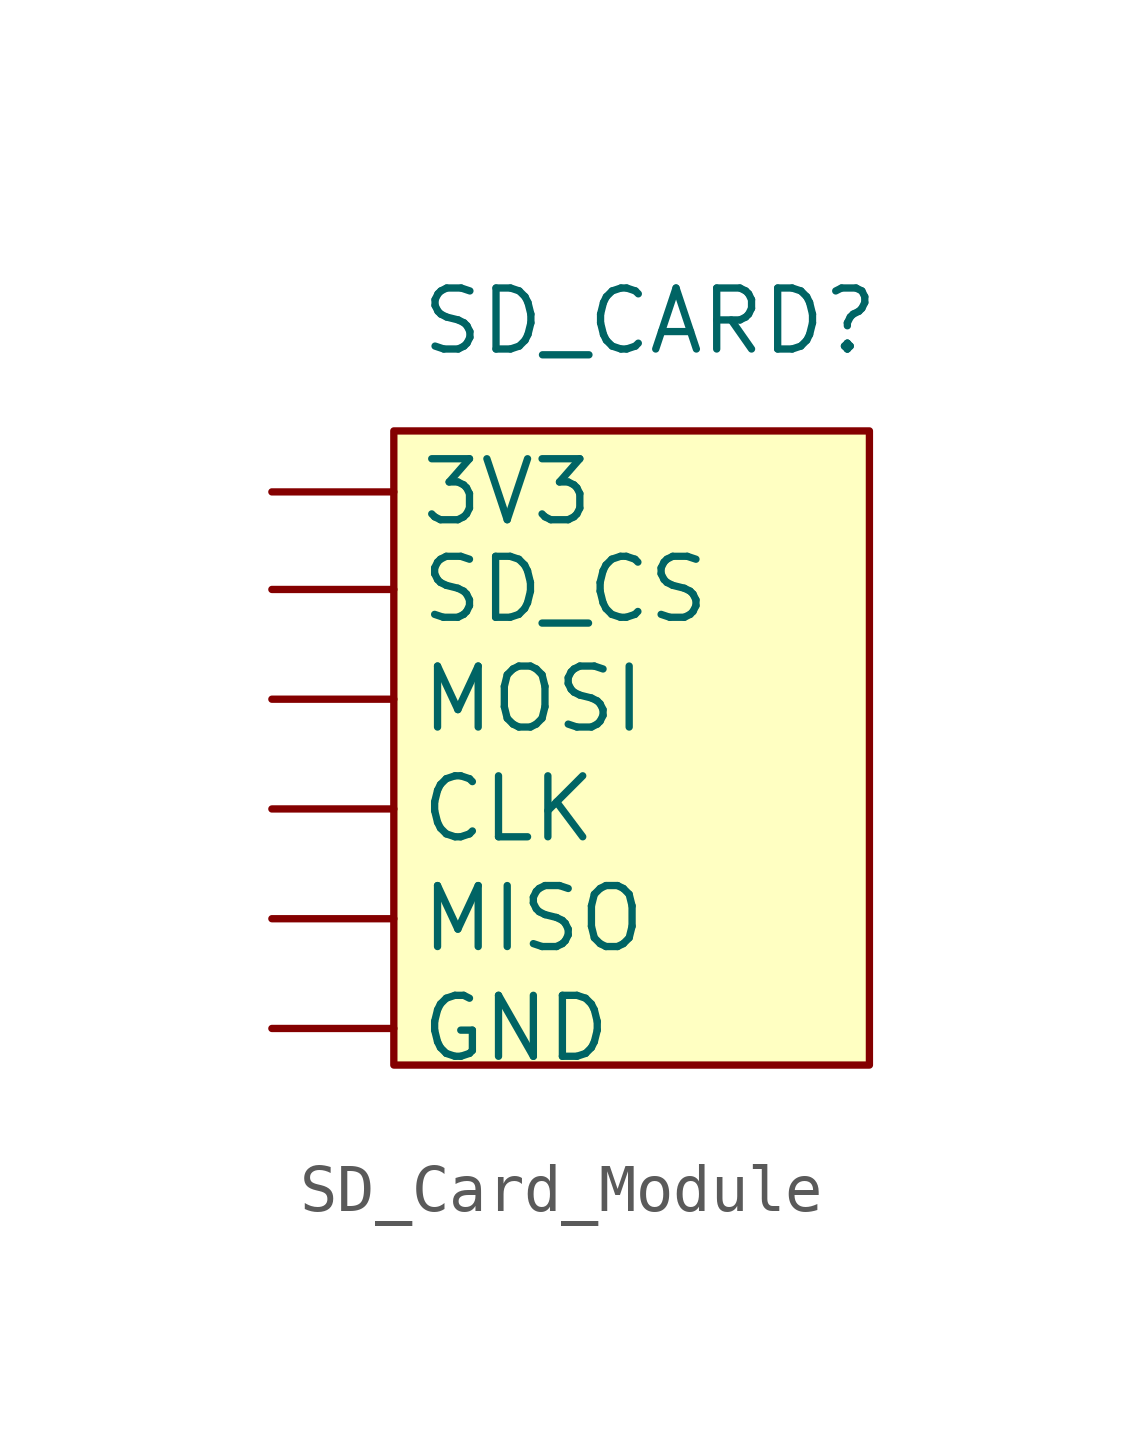
<source format=kicad_sym>
(kicad_symbol_lib
  (version 20220914)
  (generator kicad_symbol_editor)
  (symbol "SD_Card_Module"
    (pin_numbers hide)
    (property "Reference" "SD_CARD"
      (at 0.762 6.35 0)
      (effects (font (size 1.27 1.27))))
    (property "Value" ""
      (at 0 0 0)
      (effects (font (size 1.27 1.27))))
    (symbol "SD_Card_Module_1_1"
      (rectangle (start -4.572 4.064) (end 5.334 -9.144) (stroke (width 0) (type default)) (fill (type background)))
      (pin power_in line (at -7.112 2.794 0) (length 2.54) (name "3V3" (effects (font (size 1.27 1.27)))) (number "1" (effects (font (size 1.27 1.27)))))
      (pin input line (at -7.112 0.762 0) (length 2.54) (name "SD_CS" (effects (font (size 1.27 1.27)))) (number "2" (effects (font (size 1.27 1.27)))))
      (pin input line (at -7.112 -1.524 0) (length 2.54) (name "MOSI" (effects (font (size 1.27 1.27)))) (number "3" (effects (font (size 1.27 1.27)))))
      (pin input line (at -7.112 -3.81 0) (length 2.54) (name "CLK" (effects (font (size 1.27 1.27)))) (number "4" (effects (font (size 1.27 1.27)))))
      (pin output line (at -7.112 -6.096 0) (length 2.54) (name "MISO" (effects (font (size 1.27 1.27)))) (number "5" (effects (font (size 1.27 1.27)))))
      (pin unspecified line (at -7.112 -8.382 0) (length 2.54) (name "GND" (effects (font (size 1.27 1.27)))) (number "6" (effects (font (size 1.27 1.27))))))))
</source>
